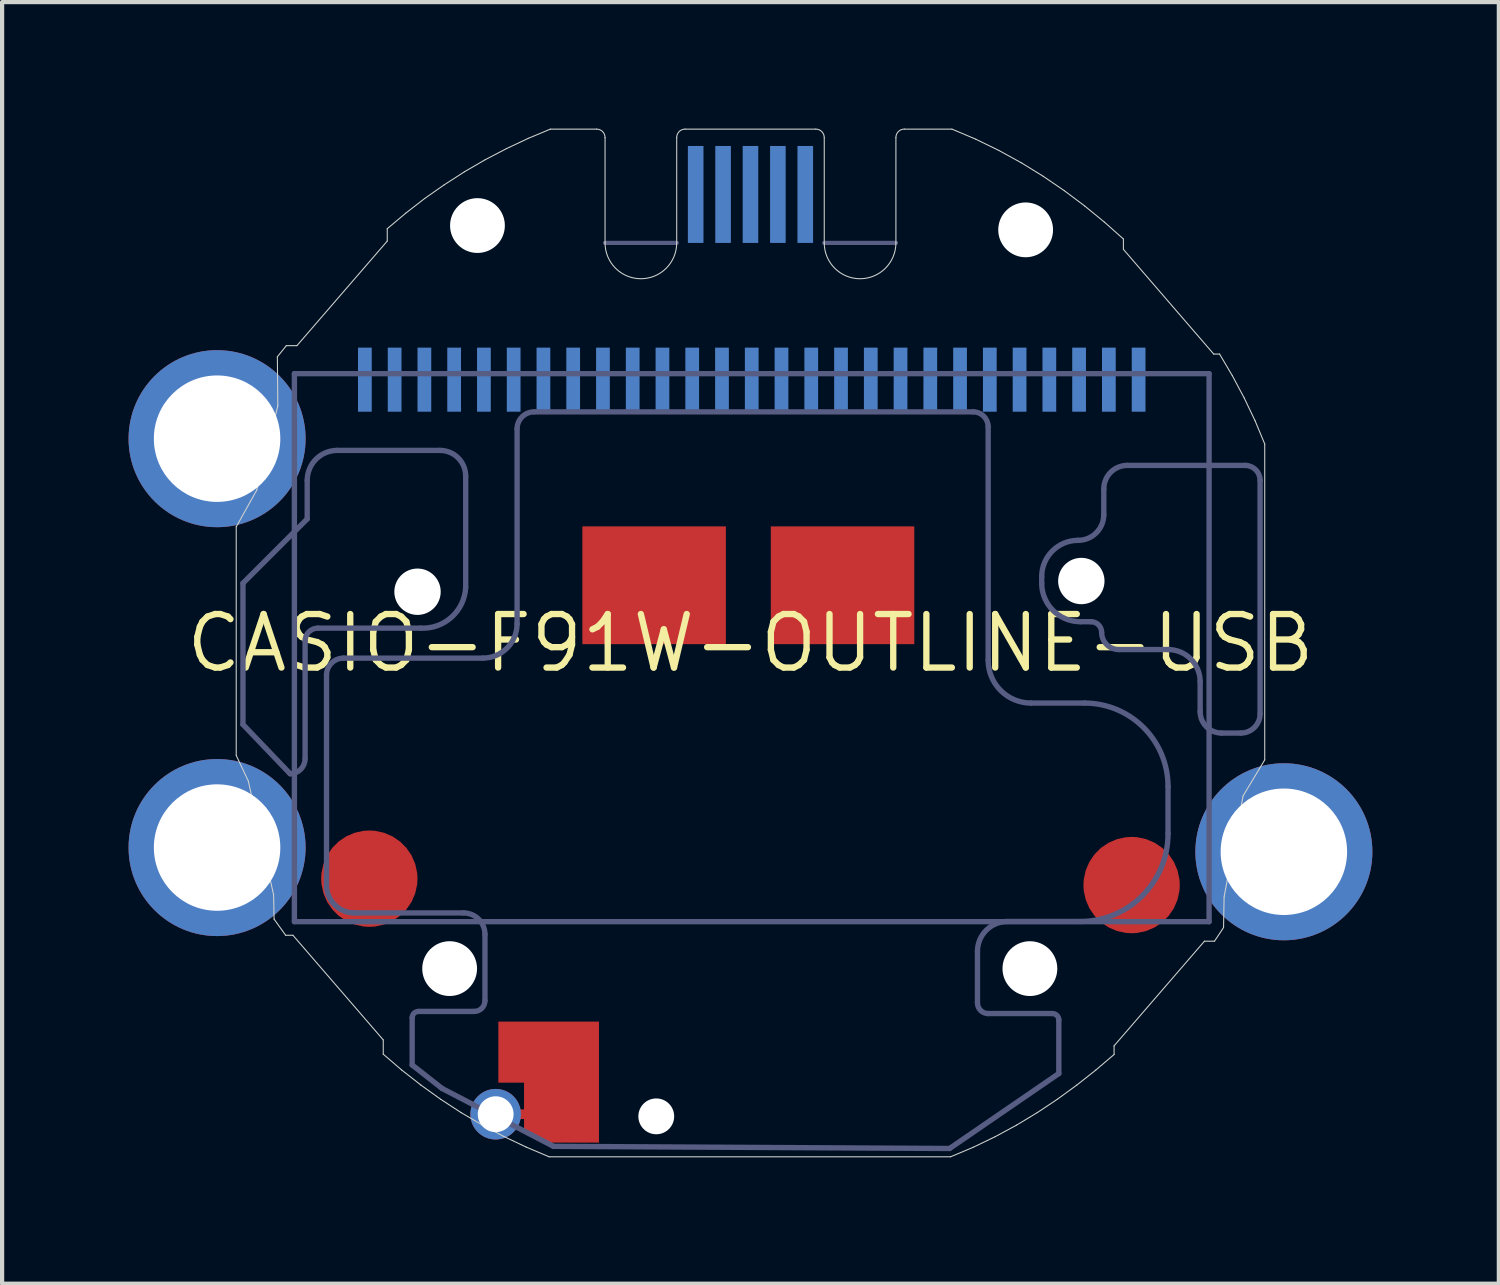
<source format=kicad_pcb>
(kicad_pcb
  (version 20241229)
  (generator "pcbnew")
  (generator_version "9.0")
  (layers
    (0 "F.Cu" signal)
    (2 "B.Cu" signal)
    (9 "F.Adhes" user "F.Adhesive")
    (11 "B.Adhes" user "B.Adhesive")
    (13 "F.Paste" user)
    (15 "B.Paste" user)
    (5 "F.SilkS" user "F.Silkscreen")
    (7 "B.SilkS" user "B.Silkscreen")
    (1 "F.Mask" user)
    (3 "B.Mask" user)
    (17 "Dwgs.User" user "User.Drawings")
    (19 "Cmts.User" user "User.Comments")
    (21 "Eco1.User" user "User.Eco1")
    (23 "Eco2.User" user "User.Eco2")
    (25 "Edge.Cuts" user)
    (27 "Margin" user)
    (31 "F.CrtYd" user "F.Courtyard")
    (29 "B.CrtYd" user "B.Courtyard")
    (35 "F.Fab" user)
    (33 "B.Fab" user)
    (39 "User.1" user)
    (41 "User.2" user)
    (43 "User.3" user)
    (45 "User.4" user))
  (footprint "CASIO-F91W-OUTLINE-USB"
    (layer "F.Cu")
    (at 14.754 12.207)
    (property "Reference" "CASIO-F91W-OUTLINE-USB" (at 0 0 0) (layer "F.SilkS") (effects (font (size 1.27 1.27) (thickness 0.15))))
    (fp_poly (pts (xy -3.594 11.849) (xy -4.957 11.849) (xy -5.372 11.589) (xy -5.372 11.29) (xy -5.626 11.29) (xy -5.626 11.062) (xy -5.372 11.062) (xy -5.372 10.427) (xy -5.981 10.427) (xy -5.981 8.979) (xy -3.594 8.979)) (stroke (width 0) (type solid)) (fill yes) (layer "F.Cu"))
    (fp_poly (pts (xy -3.594 11.849) (xy -4.957 11.849) (xy -5.372 11.589) (xy -5.372 10.427) (xy -5.981 10.427) (xy -5.981 8.979) (xy -3.594 8.979)) (stroke (width 0) (type solid)) (fill yes) (layer "F.Mask"))
    (fp_line (start -12.2 -2.758) (end -11.714 -3.627) (stroke (width 0.025) (type solid)) (layer "Edge.Cuts"))
    (fp_line (start -12.2 2.664) (end -12.2 -2.758) (stroke (width 0.025) (type solid)) (layer "Edge.Cuts"))
    (fp_line (start -11.913 3.273) (end -12.2 2.664) (stroke (width 0.025) (type solid)) (layer "Edge.Cuts"))
    (fp_line (start -11.714 -3.627) (end -11.213 -5.628) (stroke (width 0.025) (type solid)) (layer "Edge.Cuts"))
    (fp_line (start -11.313 5.972) (end -11.913 3.273) (stroke (width 0.025) (type solid)) (layer "Edge.Cuts"))
    (fp_line (start -11.302 6.548) (end -11.313 5.972) (stroke (width 0.025) (type solid)) (layer "Edge.Cuts"))
    (fp_line (start -11.224 -6.793) (end -11.213 -5.628) (stroke (width 0.025) (type solid)) (layer "Edge.Cuts"))
    (fp_line (start -11.027 6.931) (end -11.302 6.548) (stroke (width 0.025) (type solid)) (layer "Edge.Cuts"))
    (fp_line (start -11.012 -7.056) (end -11.224 -6.793) (stroke (width 0.025) (type solid)) (layer "Edge.Cuts"))
    (fp_line (start -10.855 6.931) (end -11.027 6.931) (stroke (width 0.025) (type solid)) (layer "Edge.Cuts"))
    (fp_line (start -10.761 -7.056) (end -11.012 -7.056) (stroke (width 0.025) (type solid)) (layer "Edge.Cuts"))
    (fp_line (start -8.712 9.413) (end -10.855 6.931) (stroke (width 0.025) (type solid)) (layer "Edge.Cuts"))
    (fp_line (start -8.712 9.752) (end -8.712 9.413) (stroke (width 0.025) (type solid)) (layer "Edge.Cuts"))
    (fp_line (start -8.617 -9.831) (end -8.617 -9.538) (stroke (width 0.025) (type solid)) (layer "Edge.Cuts"))
    (fp_line (start -8.617 -9.538) (end -10.761 -7.056) (stroke (width 0.025) (type solid)) (layer "Edge.Cuts"))
    (fp_line (start -8.274 10.128) (end -8.712 9.752) (stroke (width 0.025) (type solid)) (layer "Edge.Cuts"))
    (fp_line (start -8.18 -10.199) (end -8.617 -9.831) (stroke (width 0.025) (type solid)) (layer "Edge.Cuts"))
    (fp_line (start -7.819 10.485) (end -8.274 10.128) (stroke (width 0.025) (type solid)) (layer "Edge.Cuts"))
    (fp_line (start -7.73 -10.548) (end -8.18 -10.199) (stroke (width 0.025) (type solid)) (layer "Edge.Cuts"))
    (fp_line (start -7.349 10.822) (end -7.819 10.485) (stroke (width 0.025) (type solid)) (layer "Edge.Cuts"))
    (fp_line (start -7.264 -10.874) (end -7.73 -10.548) (stroke (width 0.025) (type solid)) (layer "Edge.Cuts"))
    (fp_line (start -6.864 11.139) (end -7.349 10.822) (stroke (width 0.025) (type solid)) (layer "Edge.Cuts"))
    (fp_line (start -6.786 -11.182) (end -7.264 -10.874) (stroke (width 0.025) (type solid)) (layer "Edge.Cuts"))
    (fp_line (start -6.363 11.433) (end -6.864 11.139) (stroke (width 0.025) (type solid)) (layer "Edge.Cuts"))
    (fp_line (start -6.294 -11.468) (end -6.786 -11.182) (stroke (width 0.025) (type solid)) (layer "Edge.Cuts"))
    (fp_line (start -5.849 11.706) (end -6.363 11.433) (stroke (width 0.025) (type solid)) (layer "Edge.Cuts"))
    (fp_line (start -5.789 -11.731) (end -6.294 -11.468) (stroke (width 0.025) (type solid)) (layer "Edge.Cuts"))
    (fp_line (start -5.319 11.957) (end -5.849 11.706) (stroke (width 0.025) (type solid)) (layer "Edge.Cuts"))
    (fp_line (start -5.274 -11.974) (end -5.789 -11.731) (stroke (width 0.025) (type solid)) (layer "Edge.Cuts"))
    (fp_line (start -4.778 12.186) (end -5.319 11.957) (stroke (width 0.025) (type solid)) (layer "Edge.Cuts"))
    (fp_line (start -4.748 -12.194) (end -5.274 -11.974) (stroke (width 0.025) (type solid)) (layer "Edge.Cuts"))
    (fp_line (start -4.748 -12.194) (end -3.65 -12.194) (stroke (width 0.025) (type solid)) (layer "Edge.Cuts"))
    (fp_line (start -3.45 -11.994) (end -3.45 -9.494) (stroke (width 0.025) (type solid)) (layer "Edge.Cuts"))
    (fp_line (start -1.75 -11.994) (end -1.75 -9.494) (stroke (width 0.025) (type solid)) (layer "Edge.Cuts"))
    (fp_line (start -1.55 -12.194) (end 1.55 -12.194) (stroke (width 0.025) (type solid)) (layer "Edge.Cuts"))
    (fp_line (start 1.75 -11.994) (end 1.75 -9.494) (stroke (width 0.025) (type solid)) (layer "Edge.Cuts"))
    (fp_line (start 3.45 -11.994) (end 3.45 -9.494) (stroke (width 0.025) (type solid)) (layer "Edge.Cuts"))
    (fp_line (start 3.65 -12.194) (end 4.779 -12.194) (stroke (width 0.025) (type solid)) (layer "Edge.Cuts"))
    (fp_line (start 4.747 12.186) (end -4.778 12.186) (stroke (width 0.025) (type solid)) (layer "Edge.Cuts"))
    (fp_line (start 5.283 11.961) (end 4.747 12.186) (stroke (width 0.025) (type solid)) (layer "Edge.Cuts"))
    (fp_line (start 5.344 -11.955) (end 4.779 -12.194) (stroke (width 0.025) (type solid)) (layer "Edge.Cuts"))
    (fp_line (start 5.804 11.71) (end 5.283 11.961) (stroke (width 0.025) (type solid)) (layer "Edge.Cuts"))
    (fp_line (start 5.894 -11.687) (end 5.344 -11.955) (stroke (width 0.025) (type solid)) (layer "Edge.Cuts"))
    (fp_line (start 6.31 11.436) (end 5.804 11.71) (stroke (width 0.025) (type solid)) (layer "Edge.Cuts"))
    (fp_line (start 6.427 -11.394) (end 5.894 -11.687) (stroke (width 0.025) (type solid)) (layer "Edge.Cuts"))
    (fp_line (start 6.802 11.139) (end 6.31 11.436) (stroke (width 0.025) (type solid)) (layer "Edge.Cuts"))
    (fp_line (start 6.944 -11.075) (end 6.427 -11.394) (stroke (width 0.025) (type solid)) (layer "Edge.Cuts"))
    (fp_line (start 7.279 10.822) (end 6.802 11.139) (stroke (width 0.025) (type solid)) (layer "Edge.Cuts"))
    (fp_line (start 7.444 -10.734) (end 6.944 -11.075) (stroke (width 0.025) (type solid)) (layer "Edge.Cuts"))
    (fp_line (start 7.742 10.484) (end 7.279 10.822) (stroke (width 0.025) (type solid)) (layer "Edge.Cuts"))
    (fp_line (start 7.928 -10.371) (end 7.444 -10.734) (stroke (width 0.025) (type solid)) (layer "Edge.Cuts"))
    (fp_line (start 8.191 10.13) (end 7.742 10.484) (stroke (width 0.025) (type solid)) (layer "Edge.Cuts"))
    (fp_line (start 8.396 -9.988) (end 7.928 -10.371) (stroke (width 0.025) (type solid)) (layer "Edge.Cuts"))
    (fp_line (start 8.626 9.554) (end 8.626 9.759) (stroke (width 0.025) (type solid)) (layer "Edge.Cuts"))
    (fp_line (start 8.626 9.759) (end 8.191 10.13) (stroke (width 0.025) (type solid)) (layer "Edge.Cuts"))
    (fp_line (start 8.847 -9.587) (end 8.396 -9.988) (stroke (width 0.025) (type solid)) (layer "Edge.Cuts"))
    (fp_line (start 8.847 -9.341) (end 8.847 -9.587) (stroke (width 0.025) (type solid)) (layer "Edge.Cuts"))
    (fp_line (start 10.769 7.072) (end 8.626 9.554) (stroke (width 0.025) (type solid)) (layer "Edge.Cuts"))
    (fp_line (start 10.99 -6.857) (end 8.847 -9.341) (stroke (width 0.025) (type solid)) (layer "Edge.Cuts"))
    (fp_line (start 11.008 7.072) (end 10.769 7.072) (stroke (width 0.025) (type solid)) (layer "Edge.Cuts"))
    (fp_line (start 11.129 -6.857) (end 10.99 -6.857) (stroke (width 0.025) (type solid)) (layer "Edge.Cuts"))
    (fp_line (start 11.223 6.748) (end 11.008 7.072) (stroke (width 0.025) (type solid)) (layer "Edge.Cuts"))
    (fp_line (start 11.236 6.022) (end 11.223 6.748) (stroke (width 0.025) (type solid)) (layer "Edge.Cuts"))
    (fp_line (start 11.431 -6.345) (end 11.129 -6.857) (stroke (width 0.025) (type solid)) (layer "Edge.Cuts"))
    (fp_line (start 11.687 3.623) (end 11.236 6.022) (stroke (width 0.025) (type solid)) (layer "Edge.Cuts"))
    (fp_line (start 11.687 3.623) (end 12.2 2.77) (stroke (width 0.025) (type solid)) (layer "Edge.Cuts"))
    (fp_line (start 11.712 -5.818) (end 11.431 -6.345) (stroke (width 0.025) (type solid)) (layer "Edge.Cuts"))
    (fp_line (start 11.969 -5.279) (end 11.712 -5.818) (stroke (width 0.025) (type solid)) (layer "Edge.Cuts"))
    (fp_line (start 12.2 -4.724) (end 11.969 -5.279) (stroke (width 0.025) (type solid)) (layer "Edge.Cuts"))
    (fp_line (start 12.2 2.77) (end 12.2 -4.724) (stroke (width 0.025) (type solid)) (layer "Edge.Cuts"))
    (fp_arc (start -3.65 -12.19444) (mid -3.508579 -12.135861) (end -3.45 -11.99444) (stroke (width 0.025) (type solid)) (layer "Edge.Cuts"))
    (fp_arc (start -1.75 -11.99444) (mid -1.691421 -12.135861) (end -1.55 -12.19444) (stroke (width 0.025) (type solid)) (layer "Edge.Cuts"))
    (fp_arc (start -1.75 -9.49444) (mid -2.6 -8.64444) (end -3.45 -9.49444) (stroke (width 0.025) (type solid)) (layer "Edge.Cuts"))
    (fp_arc (start 1.55 -12.19444) (mid 1.691421 -12.135861) (end 1.75 -11.99444) (stroke (width 0.025) (type solid)) (layer "Edge.Cuts"))
    (fp_arc (start 3.45 -11.99444) (mid 3.508579 -12.135861) (end 3.65 -12.19444) (stroke (width 0.025) (type solid)) (layer "Edge.Cuts"))
    (fp_arc (start 3.45 -9.49444) (mid 2.6 -8.64444) (end 1.75 -9.49444) (stroke (width 0.025) (type solid)) (layer "Edge.Cuts"))
    (fp_line (start -12.04 -1.422) (end -10.516 -2.946) (stroke (width 0.127) (type solid)) (layer "B.Fab"))
    (fp_line (start -12.04 1.93) (end -12.04 -1.422) (stroke (width 0.127) (type solid)) (layer "B.Fab"))
    (fp_line (start -10.922 3.099) (end -12.04 1.93) (stroke (width 0.127) (type solid)) (layer "B.Fab"))
    (fp_line (start -10.82 -6.392) (end -10.82 6.608) (stroke (width 0.127) (type solid)) (layer "B.Fab"))
    (fp_line (start -10.82 -6.392) (end 10.88 -6.392) (stroke (width 0.127) (type solid)) (layer "B.Fab"))
    (fp_line (start -10.566 -0.051) (end -10.566 2.743) (stroke (width 0.127) (type solid)) (layer "B.Fab"))
    (fp_line (start -10.516 -2.946) (end -10.516 -3.861) (stroke (width 0.127) (type solid)) (layer "B.Fab"))
    (fp_line (start -10.058 5.74) (end -10.058 0.762) (stroke (width 0.127) (type solid)) (layer "B.Fab"))
    (fp_line (start -9.804 -4.572) (end -7.366 -4.572) (stroke (width 0.127) (type solid)) (layer "B.Fab"))
    (fp_line (start -9.652 0.356) (end -6.35 0.356) (stroke (width 0.127) (type solid)) (layer "B.Fab"))
    (fp_line (start -8.026 10.008) (end -8.026 8.89) (stroke (width 0.127) (type solid)) (layer "B.Fab"))
    (fp_line (start -7.874 8.738) (end -6.553 8.738) (stroke (width 0.127) (type solid)) (layer "B.Fab"))
    (fp_line (start -7.823 -0.356) (end -10.262 -0.356) (stroke (width 0.127) (type solid)) (layer "B.Fab"))
    (fp_line (start -7.315 10.566) (end -8.026 10.008) (stroke (width 0.127) (type solid)) (layer "B.Fab"))
    (fp_line (start -6.807 6.401) (end -9.398 6.401) (stroke (width 0.127) (type solid)) (layer "B.Fab"))
    (fp_line (start -6.756 -3.962) (end -6.756 -1.321) (stroke (width 0.127) (type solid)) (layer "B.Fab"))
    (fp_line (start -6.299 8.484) (end -6.299 6.909) (stroke (width 0.127) (type solid)) (layer "B.Fab"))
    (fp_line (start -5.537 -0.457) (end -5.537 -5.08) (stroke (width 0.127) (type solid)) (layer "B.Fab"))
    (fp_line (start -5.131 -5.486) (end 5.283 -5.486) (stroke (width 0.127) (type solid)) (layer "B.Fab"))
    (fp_line (start -4.674 11.938) (end -7.315 10.566) (stroke (width 0.127) (type solid)) (layer "B.Fab"))
    (fp_line (start -1.75 -9.494) (end -3.45 -9.494) (stroke (width 0.1) (type solid)) (layer "B.Fab"))
    (fp_line (start 1.75 -9.494) (end 3.45 -9.494) (stroke (width 0.1) (type solid)) (layer "B.Fab"))
    (fp_line (start 4.724 11.989) (end -4.674 11.938) (stroke (width 0.127) (type solid)) (layer "B.Fab"))
    (fp_line (start 5.385 7.315) (end 5.385 8.534) (stroke (width 0.127) (type solid)) (layer "B.Fab"))
    (fp_line (start 5.639 -5.131) (end 5.639 0.406) (stroke (width 0.127) (type solid)) (layer "B.Fab"))
    (fp_line (start 5.639 8.788) (end 7.163 8.788) (stroke (width 0.127) (type solid)) (layer "B.Fab"))
    (fp_line (start 6.655 1.422) (end 7.925 1.422) (stroke (width 0.127) (type solid)) (layer "B.Fab"))
    (fp_line (start 6.909 -1.575) (end 6.909 -1.422) (stroke (width 0.127) (type solid)) (layer "B.Fab"))
    (fp_line (start 7.315 8.941) (end 7.315 10.211) (stroke (width 0.127) (type solid)) (layer "B.Fab"))
    (fp_line (start 7.315 10.211) (end 4.724 11.989) (stroke (width 0.127) (type solid)) (layer "B.Fab"))
    (fp_line (start 7.823 -0.508) (end 8.077 -0.508) (stroke (width 0.127) (type solid)) (layer "B.Fab"))
    (fp_line (start 7.823 6.604) (end 6.096 6.604) (stroke (width 0.127) (type solid)) (layer "B.Fab"))
    (fp_line (start 8.382 -3.658) (end 8.382 -3.048) (stroke (width 0.127) (type solid)) (layer "B.Fab"))
    (fp_line (start 8.738 0.152) (end 9.906 0.152) (stroke (width 0.127) (type solid)) (layer "B.Fab"))
    (fp_line (start 9.906 3.404) (end 9.906 4.521) (stroke (width 0.127) (type solid)) (layer "B.Fab"))
    (fp_line (start 10.668 0.914) (end 10.668 1.626) (stroke (width 0.127) (type solid)) (layer "B.Fab"))
    (fp_line (start 10.88 -6.392) (end 10.88 6.608) (stroke (width 0.127) (type solid)) (layer "B.Fab"))
    (fp_line (start 10.88 6.608) (end -10.82 6.608) (stroke (width 0.127) (type solid)) (layer "B.Fab"))
    (fp_line (start 11.176 2.134) (end 11.633 2.134) (stroke (width 0.127) (type solid)) (layer "B.Fab"))
    (fp_line (start 11.735 -4.216) (end 8.941 -4.216) (stroke (width 0.127) (type solid)) (layer "B.Fab"))
    (fp_line (start 12.09 1.676) (end 12.09 -3.861) (stroke (width 0.127) (type solid)) (layer "B.Fab"))
    (fp_arc (start -10.566401 -0.050799) (mid -10.477127 -0.266326) (end -10.2616 -0.3556) (stroke (width 0.127) (type solid)) (layer "B.Fab"))
    (fp_arc (start -10.5664 2.7432) (mid -10.670553 2.994647) (end -10.922 3.0988) (stroke (width 0.127) (type solid)) (layer "B.Fab"))
    (fp_arc (start -10.5156 -3.8608) (mid -10.307294 -4.363694) (end -9.8044 -4.572) (stroke (width 0.127) (type solid)) (layer "B.Fab"))
    (fp_arc (start -10.0584 0.762) (mid -9.939368 0.474632) (end -9.652 0.3556) (stroke (width 0.127) (type solid)) (layer "B.Fab"))
    (fp_arc (start -9.398 6.4008) (mid -9.864973 6.207373) (end -10.0584 5.7404) (stroke (width 0.127) (type solid)) (layer "B.Fab"))
    (fp_arc (start -8.0264 8.89) (mid -7.981763 8.782237) (end -7.874 8.7376) (stroke (width 0.127) (type solid)) (layer "B.Fab"))
    (fp_arc (start -7.366 -4.572) (mid -6.934948 -4.393452) (end -6.7564 -3.9624) (stroke (width 0.127) (type solid)) (layer "B.Fab"))
    (fp_arc (start -6.8072 6.4008) (mid -6.44799 6.54959) (end -6.2992 6.9088) (stroke (width 0.127) (type solid)) (layer "B.Fab"))
    (fp_arc (start -6.7564 -1.3208) (mid -7.089901 -0.617258) (end -7.8232 -0.3556) (stroke (width 0.127) (type solid)) (layer "B.Fab"))
    (fp_arc (start -6.2992 8.4836) (mid -6.373595 8.663205) (end -6.5532 8.7376) (stroke (width 0.127) (type solid)) (layer "B.Fab"))
    (fp_arc (start -5.5372 -5.08) (mid -5.418168 -5.367368) (end -5.1308 -5.4864) (stroke (width 0.127) (type solid)) (layer "B.Fab"))
    (fp_arc (start -5.5372 -0.4572) (mid -5.775264 0.117536) (end -6.35 0.3556) (stroke (width 0.127) (type solid)) (layer "B.Fab"))
    (fp_arc (start 5.2832 -5.4864) (mid 5.534647 -5.382247) (end 5.6388 -5.1308) (stroke (width 0.127) (type solid)) (layer "B.Fab"))
    (fp_arc (start 5.3848 7.3152) (mid 5.593106 6.812306) (end 6.096 6.604) (stroke (width 0.127) (type solid)) (layer "B.Fab"))
    (fp_arc (start 5.6388 8.7884) (mid 5.459195 8.714005) (end 5.3848 8.5344) (stroke (width 0.127) (type solid)) (layer "B.Fab"))
    (fp_arc (start 6.654801 1.422399) (mid 5.93638 1.12482) (end 5.6388 0.4064) (stroke (width 0.127) (type solid)) (layer "B.Fab"))
    (fp_arc (start 6.9088 -1.5748) (mid 7.161743 -2.185457) (end 7.7724 -2.4384) (stroke (width 0.127) (type solid)) (layer "B.Fab"))
    (fp_arc (start 7.1628 8.7884) (mid 7.270563 8.833037) (end 7.3152 8.9408) (stroke (width 0.127) (type solid)) (layer "B.Fab"))
    (fp_arc (start 7.8232 -0.508) (mid 7.176622 -0.775822) (end 6.9088 -1.4224) (stroke (width 0.127) (type solid)) (layer "B.Fab"))
    (fp_arc (start 7.9248 1.4224) (mid 9.32572 2.00268) (end 9.906 3.4036) (stroke (width 0.127) (type solid)) (layer "B.Fab"))
    (fp_arc (start 8.0772 -0.508) (mid 8.256806 -0.433605) (end 8.331201 -0.253999) (stroke (width 0.127) (type solid)) (layer "B.Fab"))
    (fp_arc (start 8.382 -3.6576) (mid 8.545669 -4.052731) (end 8.9408 -4.2164) (stroke (width 0.127) (type solid)) (layer "B.Fab"))
    (fp_arc (start 8.382 -3.048) (mid 8.203452 -2.616948) (end 7.7724 -2.4384) (stroke (width 0.127) (type solid)) (layer "B.Fab"))
    (fp_arc (start 8.7376 0.1524) (mid 8.450232 0.033368) (end 8.3312 -0.254) (stroke (width 0.127) (type solid)) (layer "B.Fab"))
    (fp_arc (start 9.906 0.1524) (mid 10.444815 0.375585) (end 10.668 0.9144) (stroke (width 0.127) (type solid)) (layer "B.Fab"))
    (fp_arc (start 9.906 4.5212) (mid 9.295962 5.993962) (end 7.8232 6.604) (stroke (width 0.127) (type solid)) (layer "B.Fab"))
    (fp_arc (start 11.176 2.1336) (mid 10.81679 1.98481) (end 10.668 1.6256) (stroke (width 0.127) (type solid)) (layer "B.Fab"))
    (fp_arc (start 11.7348 -4.2164) (mid 11.986247 -4.112247) (end 12.0904 -3.8608) (stroke (width 0.127) (type solid)) (layer "B.Fab"))
    (fp_arc (start 12.0904 1.6764) (mid 11.956489 1.999689) (end 11.6332 2.1336) (stroke (width 0.127) (type solid)) (layer "B.Fab"))
    (pad "" np_thru_hole circle (at -7.899 -1.219) (size 1.1 1.1) (drill 1.1) (layers "*.Cu" "*.Mask"))
    (pad "" np_thru_hole circle (at -7.137 7.722) (size 1.3 1.3) (drill 1.3) (layers "*.Cu" "*.Mask"))
    (pad "" np_thru_hole circle (at -6.477 -9.906) (size 1.3 1.3) (drill 1.3) (layers "*.Cu" "*.Mask"))
    (pad "" np_thru_hole circle (at -2.235 11.227) (size 0.85 0.85) (drill 0.85) (layers "*.Cu" "*.Mask"))
    (pad "" np_thru_hole circle (at 6.528 -9.804) (size 1.3 1.3) (drill 1.3) (layers "*.Cu" "*.Mask"))
    (pad "" np_thru_hole circle (at 6.629 7.722) (size 1.3 1.3) (drill 1.3) (layers "*.Cu" "*.Mask"))
    (pad "" np_thru_hole circle (at 7.849 -1.473) (size 1.1 1.1) (drill 1.1) (layers "*.Cu" "*.Mask"))
    (pad "1" smd rect (at -9.148 -6.25) (size 0.326 1.52) (layers "B.Cu" "B.Mask"))
    (pad "2" smd rect (at -8.442 -6.25) (size 0.326 1.52) (layers "B.Cu" "B.Mask"))
    (pad "3" smd rect (at -7.736 -6.25) (size 0.326 1.52) (layers "B.Cu" "B.Mask"))
    (pad "4" smd rect (at -7.03 -6.25) (size 0.326 1.52) (layers "B.Cu" "B.Mask"))
    (pad "5" smd rect (at -6.324 -6.25) (size 0.326 1.52) (layers "B.Cu" "B.Mask"))
    (pad "6" smd rect (at -5.618 -6.25) (size 0.326 1.52) (layers "B.Cu" "B.Mask"))
    (pad "7" smd rect (at -4.912 -6.25) (size 0.326 1.52) (layers "B.Cu" "B.Mask"))
    (pad "8" smd rect (at -4.206 -6.25) (size 0.326 1.52) (layers "B.Cu" "B.Mask"))
    (pad "9" smd rect (at -3.5 -6.25) (size 0.326 1.52) (layers "B.Cu" "B.Mask"))
    (pad "10" smd rect (at -2.794 -6.25) (size 0.326 1.52) (layers "B.Cu" "B.Mask"))
    (pad "11" smd rect (at -2.088 -6.25) (size 0.326 1.52) (layers "B.Cu" "B.Mask"))
    (pad "12" smd rect (at -1.382 -6.25) (size 0.326 1.52) (layers "B.Cu" "B.Mask"))
    (pad "13" smd rect (at -0.676 -6.25) (size 0.326 1.52) (layers "B.Cu" "B.Mask"))
    (pad "14" smd rect (at 0.03 -6.25) (size 0.326 1.52) (layers "B.Cu" "B.Mask"))
    (pad "15" smd rect (at 0.736 -6.25) (size 0.326 1.52) (layers "B.Cu" "B.Mask"))
    (pad "16" smd rect (at 1.442 -6.25) (size 0.326 1.52) (layers "B.Cu" "B.Mask"))
    (pad "17" smd rect (at 2.148 -6.25) (size 0.326 1.52) (layers "B.Cu" "B.Mask"))
    (pad "18" smd rect (at 2.854 -6.25) (size 0.326 1.52) (layers "B.Cu" "B.Mask"))
    (pad "19" smd rect (at 3.56 -6.25) (size 0.326 1.52) (layers "B.Cu" "B.Mask"))
    (pad "20" smd rect (at 4.266 -6.25) (size 0.326 1.52) (layers "B.Cu" "B.Mask"))
    (pad "21" smd rect (at 4.972 -6.25) (size 0.326 1.52) (layers "B.Cu" "B.Mask"))
    (pad "22" smd rect (at 5.678 -6.25) (size 0.326 1.52) (layers "B.Cu" "B.Mask"))
    (pad "23" smd rect (at 6.384 -6.25) (size 0.326 1.52) (layers "B.Cu" "B.Mask"))
    (pad "24" smd rect (at 7.09 -6.25) (size 0.326 1.52) (layers "B.Cu" "B.Mask"))
    (pad "25" smd rect (at 7.796 -6.25) (size 0.326 1.52) (layers "B.Cu" "B.Mask"))
    (pad "26" smd rect (at 8.502 -6.25) (size 0.326 1.52) (layers "B.Cu" "B.Mask"))
    (pad "27" smd rect (at 9.208 -6.25) (size 0.326 1.52) (layers "B.Cu" "B.Mask"))
    (pad "ALARM" thru_hole circle (at 12.654 4.95) (size 4.2 4.2) (drill 3) (layers "*.Cu" "*.Mask"))
    (pad "BUZZER" thru_hole circle (at -6.045 11.176) (size 1.2 1.2) (drill 0.85) (layers "*.Cu" "*.Mask"))
    (pad "GND" smd rect (at 1.3 -10.644 90) (size 2.3 0.37) (layers "B.Cu" "B.Mask"))
    (pad "GND1" smd rect (at -2.286 -1.372 180) (size 3.404 2.794) (layers "F.Cu" "F.Mask"))
    (pad "GND2" smd rect (at 2.184 -1.372 180) (size 3.404 2.794) (layers "F.Cu" "F.Mask"))
    (pad "LIGHT" thru_hole circle (at -12.654 -4.85) (size 4.2 4.2) (drill 3) (layers "*.Cu" "*.Mask"))
    (pad "MODE" thru_hole circle (at -12.654 4.85) (size 4.2 4.2) (drill 3) (layers "*.Cu" "*.Mask"))
    (pad "USB_ID" smd rect (at 0.65 -10.644 90) (size 2.3 0.37) (layers "B.Cu" "B.Mask"))
    (pad "USB_N" smd rect (at -0.65 -10.644 90) (size 2.3 0.37) (layers "B.Cu" "B.Mask"))
    (pad "USB_P" smd rect (at 0 -10.644 90) (size 2.3 0.37) (layers "B.Cu" "B.Mask"))
    (pad "VBUS" smd rect (at -1.3 -10.644 90) (size 2.3 0.37) (layers "B.Cu" "B.Mask"))
    (pad "VCC1" smd roundrect (at -9.042 5.588 180) (size 2.286 2.286) (layers "F.Cu" "F.Mask") (roundrect_rratio 0.5))
    (pad "VCC2" smd roundrect (at 9.042 5.74 180) (size 2.286 2.286) (layers "F.Cu" "F.Mask") (roundrect_rratio 0.5)))
  (gr_rect
    (start -3 -3)
    (end 32.508 27.405)
    (stroke (width 0.1) (type default))
    (fill no)
    (layer "Edge.Cuts")))
</source>
